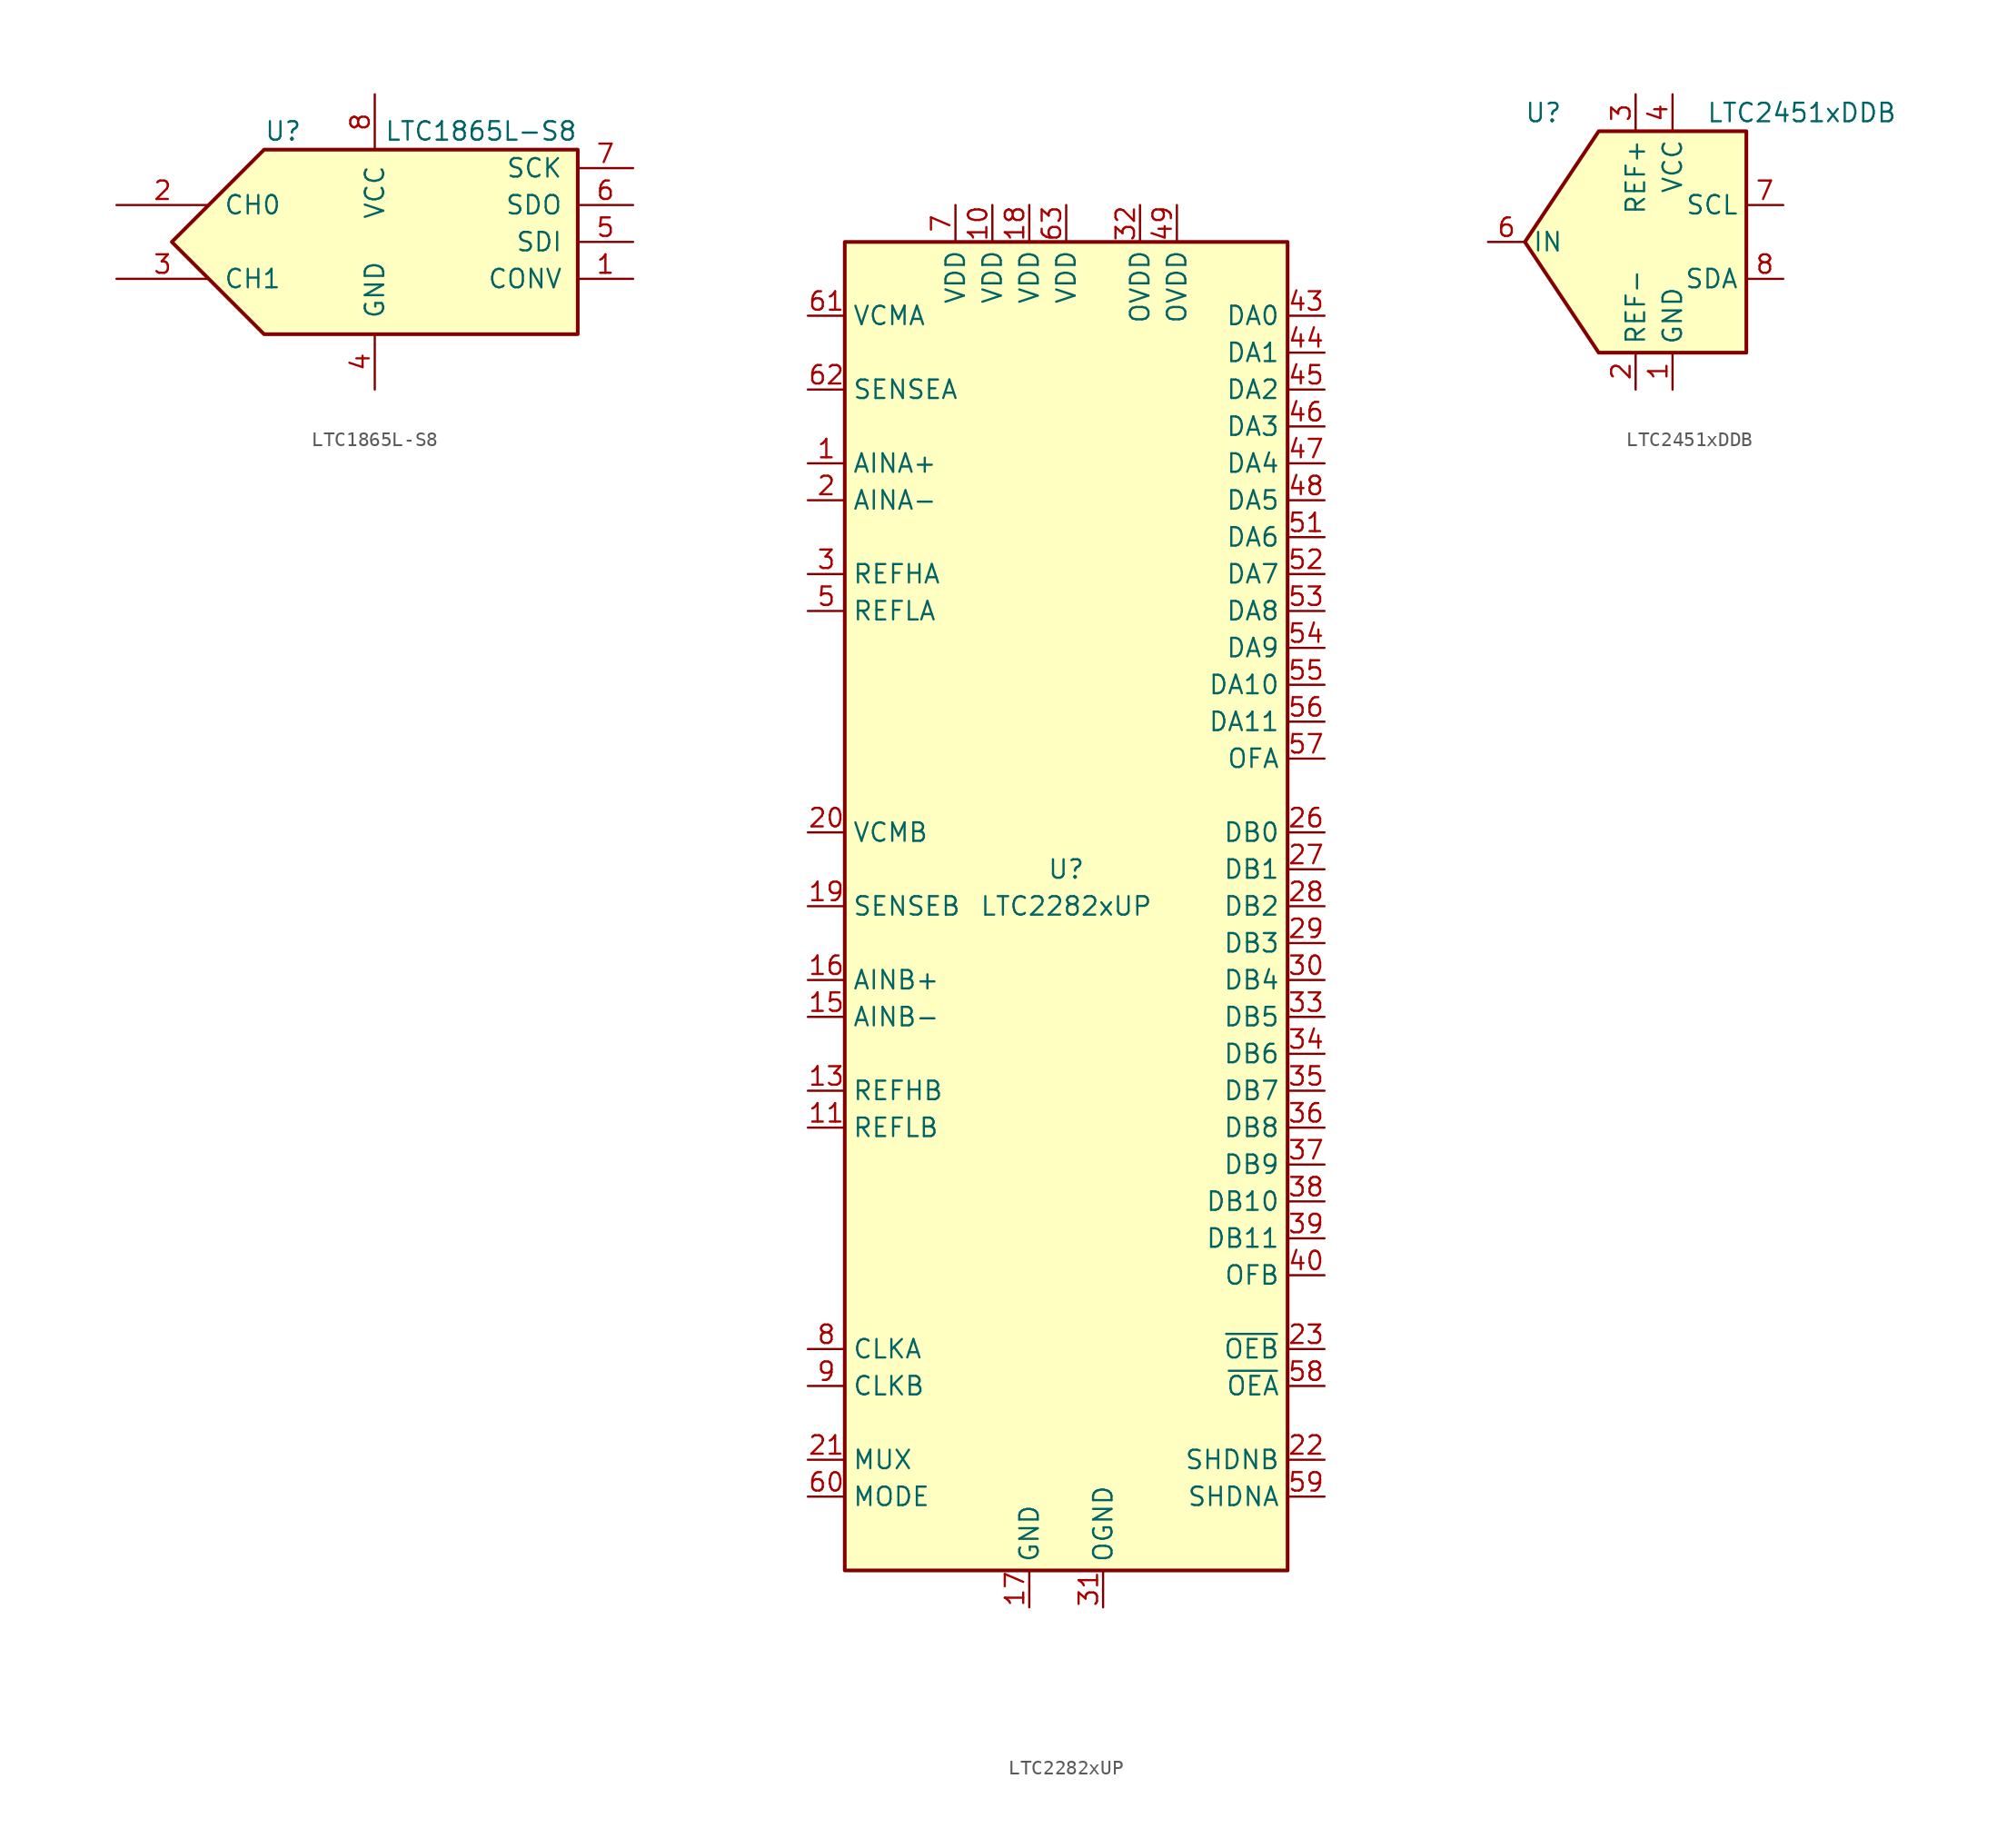
<source format=kicad_sym>
(kicad_symbol_lib
  (version 20211014)
  (generator kicad_symbol_editor)
  (symbol "LTC1865L-S8"
    (pin_names
      (offset 1.016))
    (property "Reference" "U"
      (at -10.16 7.62 0)
      (effects (font (size 1.27 1.27)) (justify left)))
    (property "Value" "LTC1865L-S8"
      (at 11.43 7.62 0)
      (effects (font (size 1.27 1.27)) (justify right)))
    (symbol "LTC1865L-S8_0_1"
      (polyline (pts (xy 11.43 6.35) (xy -10.16 6.35) (xy -16.51 0) (xy -10.16 -6.35) (xy 11.43 -6.35) (xy 11.43 6.35)) (stroke (width 0.254) (type default) (color 0 0 0 0)) (fill (type background))))
    (symbol "LTC1865L-S8_1_1"
      (pin input line (at 15.24 -2.54 180) (length 3.81) (name "CONV" (effects (font (size 1.27 1.27)))) (number "1" (effects (font (size 1.27 1.27)))))
      (pin input line (at -20.32 2.54 0) (length 6.35) (name "CH0" (effects (font (size 1.27 1.27)))) (number "2" (effects (font (size 1.27 1.27)))))
      (pin input line (at -20.32 -2.54 0) (length 6.35) (name "CH1" (effects (font (size 1.27 1.27)))) (number "3" (effects (font (size 1.27 1.27)))))
      (pin power_in line (at -2.54 -10.16 90) (length 3.81) (name "GND" (effects (font (size 1.27 1.27)))) (number "4" (effects (font (size 1.27 1.27)))))
      (pin input line (at 15.24 0 180) (length 3.81) (name "SDI" (effects (font (size 1.27 1.27)))) (number "5" (effects (font (size 1.27 1.27)))))
      (pin output line (at 15.24 2.54 180) (length 3.81) (name "SDO" (effects (font (size 1.27 1.27)))) (number "6" (effects (font (size 1.27 1.27)))))
      (pin input line (at 15.24 5.08 180) (length 3.81) (name "SCK" (effects (font (size 1.27 1.27)))) (number "7" (effects (font (size 1.27 1.27)))))
      (pin power_in line (at -2.54 10.16 270) (length 3.81) (name "VCC" (effects (font (size 1.27 1.27)))) (number "8" (effects (font (size 1.27 1.27)))))))
  (symbol "LTC2282xUP"
    (property "Reference" "U"
      (at 0 2.54 0)
      (effects (font (size 1.27 1.27))))
    (property "Value" "LTC2282xUP"
      (at 0 0 0)
      (effects (font (size 1.27 1.27))))
    (symbol "LTC2282xUP_0_1"
      (rectangle (start -15.24 45.72) (end 15.24 -45.72) (stroke (width 0.254) (type default) (color 0 0 0 0)) (fill (type background))))
    (symbol "LTC2282xUP_1_1"
      (pin input line (at -17.78 30.48 0) (length 2.54) (name "AINA+" (effects (font (size 1.27 1.27)))) (number "1" (effects (font (size 1.27 1.27)))))
      (pin power_in line (at -5.08 48.26 270) (length 2.54) (name "VDD" (effects (font (size 1.27 1.27)))) (number "10" (effects (font (size 1.27 1.27)))))
      (pin input line (at -17.78 -15.24 0) (length 2.54) (name "REFLB" (effects (font (size 1.27 1.27)))) (number "11" (effects (font (size 1.27 1.27)))))
      (pin input line (at -17.78 -15.24 0) (length 2.54) hide (name "REFLB" (effects (font (size 1.27 1.27)))) (number "12" (effects (font (size 1.27 1.27)))))
      (pin input line (at -17.78 -12.7 0) (length 2.54) (name "REFHB" (effects (font (size 1.27 1.27)))) (number "13" (effects (font (size 1.27 1.27)))))
      (pin input line (at -17.78 -12.7 0) (length 2.54) hide (name "REFHB" (effects (font (size 1.27 1.27)))) (number "14" (effects (font (size 1.27 1.27)))))
      (pin input line (at -17.78 -7.62 0) (length 2.54) (name "AINB-" (effects (font (size 1.27 1.27)))) (number "15" (effects (font (size 1.27 1.27)))))
      (pin input line (at -17.78 -5.08 0) (length 2.54) (name "AINB+" (effects (font (size 1.27 1.27)))) (number "16" (effects (font (size 1.27 1.27)))))
      (pin power_in line (at -2.54 -48.26 90) (length 2.54) (name "GND" (effects (font (size 1.27 1.27)))) (number "17" (effects (font (size 1.27 1.27)))))
      (pin power_in line (at -2.54 48.26 270) (length 2.54) (name "VDD" (effects (font (size 1.27 1.27)))) (number "18" (effects (font (size 1.27 1.27)))))
      (pin input line (at -17.78 0 0) (length 2.54) (name "SENSEB" (effects (font (size 1.27 1.27)))) (number "19" (effects (font (size 1.27 1.27)))))
      (pin input line (at -17.78 27.94 0) (length 2.54) (name "AINA-" (effects (font (size 1.27 1.27)))) (number "2" (effects (font (size 1.27 1.27)))))
      (pin passive line (at -17.78 5.08 0) (length 2.54) (name "VCMB" (effects (font (size 1.27 1.27)))) (number "20" (effects (font (size 1.27 1.27)))))
      (pin input line (at -17.78 -38.1 0) (length 2.54) (name "MUX" (effects (font (size 1.27 1.27)))) (number "21" (effects (font (size 1.27 1.27)))))
      (pin input line (at 17.78 -38.1 180) (length 2.54) (name "SHDNB" (effects (font (size 1.27 1.27)))) (number "22" (effects (font (size 1.27 1.27)))))
      (pin input line (at 17.78 -30.48 180) (length 2.54) (name "~{OEB}" (effects (font (size 1.27 1.27)))) (number "23" (effects (font (size 1.27 1.27)))))
      (pin no_connect line (at -15.24 -20.32 0) (length 2.54) hide (name "NC" (effects (font (size 1.27 1.27)))) (number "24" (effects (font (size 1.27 1.27)))))
      (pin no_connect line (at -15.24 -22.86 0) (length 2.54) hide (name "NC" (effects (font (size 1.27 1.27)))) (number "25" (effects (font (size 1.27 1.27)))))
      (pin output line (at 17.78 5.08 180) (length 2.54) (name "DB0" (effects (font (size 1.27 1.27)))) (number "26" (effects (font (size 1.27 1.27)))))
      (pin output line (at 17.78 2.54 180) (length 2.54) (name "DB1" (effects (font (size 1.27 1.27)))) (number "27" (effects (font (size 1.27 1.27)))))
      (pin output line (at 17.78 0 180) (length 2.54) (name "DB2" (effects (font (size 1.27 1.27)))) (number "28" (effects (font (size 1.27 1.27)))))
      (pin output line (at 17.78 -2.54 180) (length 2.54) (name "DB3" (effects (font (size 1.27 1.27)))) (number "29" (effects (font (size 1.27 1.27)))))
      (pin input line (at -17.78 22.86 0) (length 2.54) (name "REFHA" (effects (font (size 1.27 1.27)))) (number "3" (effects (font (size 1.27 1.27)))))
      (pin output line (at 17.78 -5.08 180) (length 2.54) (name "DB4" (effects (font (size 1.27 1.27)))) (number "30" (effects (font (size 1.27 1.27)))))
      (pin power_in line (at 2.54 -48.26 90) (length 2.54) (name "OGND" (effects (font (size 1.27 1.27)))) (number "31" (effects (font (size 1.27 1.27)))))
      (pin power_in line (at 5.08 48.26 270) (length 2.54) (name "OVDD" (effects (font (size 1.27 1.27)))) (number "32" (effects (font (size 1.27 1.27)))))
      (pin output line (at 17.78 -7.62 180) (length 2.54) (name "DB5" (effects (font (size 1.27 1.27)))) (number "33" (effects (font (size 1.27 1.27)))))
      (pin output line (at 17.78 -10.16 180) (length 2.54) (name "DB6" (effects (font (size 1.27 1.27)))) (number "34" (effects (font (size 1.27 1.27)))))
      (pin output line (at 17.78 -12.7 180) (length 2.54) (name "DB7" (effects (font (size 1.27 1.27)))) (number "35" (effects (font (size 1.27 1.27)))))
      (pin output line (at 17.78 -15.24 180) (length 2.54) (name "DB8" (effects (font (size 1.27 1.27)))) (number "36" (effects (font (size 1.27 1.27)))))
      (pin output line (at 17.78 -17.78 180) (length 2.54) (name "DB9" (effects (font (size 1.27 1.27)))) (number "37" (effects (font (size 1.27 1.27)))))
      (pin output line (at 17.78 -20.32 180) (length 2.54) (name "DB10" (effects (font (size 1.27 1.27)))) (number "38" (effects (font (size 1.27 1.27)))))
      (pin output line (at 17.78 -22.86 180) (length 2.54) (name "DB11" (effects (font (size 1.27 1.27)))) (number "39" (effects (font (size 1.27 1.27)))))
      (pin input line (at -17.78 22.86 0) (length 2.54) hide (name "REFHA" (effects (font (size 1.27 1.27)))) (number "4" (effects (font (size 1.27 1.27)))))
      (pin output line (at 17.78 -25.4 180) (length 2.54) (name "OFB" (effects (font (size 1.27 1.27)))) (number "40" (effects (font (size 1.27 1.27)))))
      (pin no_connect line (at -15.24 -25.4 0) (length 2.54) hide (name "NC" (effects (font (size 1.27 1.27)))) (number "41" (effects (font (size 1.27 1.27)))))
      (pin no_connect line (at -15.24 -27.94 0) (length 2.54) hide (name "NC" (effects (font (size 1.27 1.27)))) (number "42" (effects (font (size 1.27 1.27)))))
      (pin output line (at 17.78 40.64 180) (length 2.54) (name "DA0" (effects (font (size 1.27 1.27)))) (number "43" (effects (font (size 1.27 1.27)))))
      (pin output line (at 17.78 38.1 180) (length 2.54) (name "DA1" (effects (font (size 1.27 1.27)))) (number "44" (effects (font (size 1.27 1.27)))))
      (pin output line (at 17.78 35.56 180) (length 2.54) (name "DA2" (effects (font (size 1.27 1.27)))) (number "45" (effects (font (size 1.27 1.27)))))
      (pin output line (at 17.78 33.02 180) (length 2.54) (name "DA3" (effects (font (size 1.27 1.27)))) (number "46" (effects (font (size 1.27 1.27)))))
      (pin output line (at 17.78 30.48 180) (length 2.54) (name "DA4" (effects (font (size 1.27 1.27)))) (number "47" (effects (font (size 1.27 1.27)))))
      (pin output line (at 17.78 27.94 180) (length 2.54) (name "DA5" (effects (font (size 1.27 1.27)))) (number "48" (effects (font (size 1.27 1.27)))))
      (pin power_in line (at 7.62 48.26 270) (length 2.54) (name "OVDD" (effects (font (size 1.27 1.27)))) (number "49" (effects (font (size 1.27 1.27)))))
      (pin input line (at -17.78 20.32 0) (length 2.54) (name "REFLA" (effects (font (size 1.27 1.27)))) (number "5" (effects (font (size 1.27 1.27)))))
      (pin passive line (at 2.54 -48.26 90) (length 2.54) hide (name "OGND" (effects (font (size 1.27 1.27)))) (number "50" (effects (font (size 1.27 1.27)))))
      (pin output line (at 17.78 25.4 180) (length 2.54) (name "DA6" (effects (font (size 1.27 1.27)))) (number "51" (effects (font (size 1.27 1.27)))))
      (pin output line (at 17.78 22.86 180) (length 2.54) (name "DA7" (effects (font (size 1.27 1.27)))) (number "52" (effects (font (size 1.27 1.27)))))
      (pin output line (at 17.78 20.32 180) (length 2.54) (name "DA8" (effects (font (size 1.27 1.27)))) (number "53" (effects (font (size 1.27 1.27)))))
      (pin output line (at 17.78 17.78 180) (length 2.54) (name "DA9" (effects (font (size 1.27 1.27)))) (number "54" (effects (font (size 1.27 1.27)))))
      (pin output line (at 17.78 15.24 180) (length 2.54) (name "DA10" (effects (font (size 1.27 1.27)))) (number "55" (effects (font (size 1.27 1.27)))))
      (pin output line (at 17.78 12.7 180) (length 2.54) (name "DA11" (effects (font (size 1.27 1.27)))) (number "56" (effects (font (size 1.27 1.27)))))
      (pin output line (at 17.78 10.16 180) (length 2.54) (name "OFA" (effects (font (size 1.27 1.27)))) (number "57" (effects (font (size 1.27 1.27)))))
      (pin input line (at 17.78 -33.02 180) (length 2.54) (name "~{OEA}" (effects (font (size 1.27 1.27)))) (number "58" (effects (font (size 1.27 1.27)))))
      (pin input line (at 17.78 -40.64 180) (length 2.54) (name "SHDNA" (effects (font (size 1.27 1.27)))) (number "59" (effects (font (size 1.27 1.27)))))
      (pin input line (at -17.78 20.32 0) (length 2.54) hide (name "REFLA" (effects (font (size 1.27 1.27)))) (number "6" (effects (font (size 1.27 1.27)))))
      (pin input line (at -17.78 -40.64 0) (length 2.54) (name "MODE" (effects (font (size 1.27 1.27)))) (number "60" (effects (font (size 1.27 1.27)))))
      (pin passive line (at -17.78 40.64 0) (length 2.54) (name "VCMA" (effects (font (size 1.27 1.27)))) (number "61" (effects (font (size 1.27 1.27)))))
      (pin input line (at -17.78 35.56 0) (length 2.54) (name "SENSEA" (effects (font (size 1.27 1.27)))) (number "62" (effects (font (size 1.27 1.27)))))
      (pin power_in line (at 0 48.26 270) (length 2.54) (name "VDD" (effects (font (size 1.27 1.27)))) (number "63" (effects (font (size 1.27 1.27)))))
      (pin passive line (at -2.54 -48.26 90) (length 2.54) hide (name "GND" (effects (font (size 1.27 1.27)))) (number "64" (effects (font (size 1.27 1.27)))))
      (pin passive line (at -2.54 -48.26 90) (length 2.54) hide (name "GND" (effects (font (size 1.27 1.27)))) (number "65" (effects (font (size 1.27 1.27)))))
      (pin power_in line (at -7.62 48.26 270) (length 2.54) (name "VDD" (effects (font (size 1.27 1.27)))) (number "7" (effects (font (size 1.27 1.27)))))
      (pin input line (at -17.78 -30.48 0) (length 2.54) (name "CLKA" (effects (font (size 1.27 1.27)))) (number "8" (effects (font (size 1.27 1.27)))))
      (pin input line (at -17.78 -33.02 0) (length 2.54) (name "CLKB" (effects (font (size 1.27 1.27)))) (number "9" (effects (font (size 1.27 1.27)))))))
  (symbol "LTC2451xDDB"
    (property "Reference" "U"
      (at -6.35 8.89 0)
      (effects (font (size 1.27 1.27))))
    (property "Value" "LTC2451xDDB"
      (at 11.43 8.89 0)
      (effects (font (size 1.27 1.27))))
    (symbol "LTC2451xDDB_1_1"
      (polyline (pts (xy -2.54 7.62) (xy 3.81 7.62) (xy 7.62 7.62) (xy 7.62 -7.62) (xy -2.54 -7.62) (xy -7.62 0) (xy -2.54 7.62)) (stroke (width 0.254) (type default) (color 0 0 0 0)) (fill (type background)))
      (pin power_in line (at 2.54 -10.16 90) (length 2.54) (name "GND" (effects (font (size 1.27 1.27)))) (number "1" (effects (font (size 1.27 1.27)))))
      (pin power_in line (at 0 -10.16 90) (length 2.54) (name "REF-" (effects (font (size 1.27 1.27)))) (number "2" (effects (font (size 1.27 1.27)))))
      (pin power_in line (at 0 10.16 270) (length 2.54) (name "REF+" (effects (font (size 1.27 1.27)))) (number "3" (effects (font (size 1.27 1.27)))))
      (pin power_in line (at 2.54 10.16 270) (length 2.54) (name "VCC" (effects (font (size 1.27 1.27)))) (number "4" (effects (font (size 1.27 1.27)))))
      (pin passive line (at 2.54 -10.16 90) (length 2.54) hide (name "GND" (effects (font (size 1.27 1.27)))) (number "5" (effects (font (size 1.27 1.27)))))
      (pin input line (at -10.16 0 0) (length 2.54) (name "IN" (effects (font (size 1.27 1.27)))) (number "6" (effects (font (size 1.27 1.27)))))
      (pin input line (at 10.16 2.54 180) (length 2.54) (name "SCL" (effects (font (size 1.27 1.27)))) (number "7" (effects (font (size 1.27 1.27)))))
      (pin bidirectional line (at 10.16 -2.54 180) (length 2.54) (name "SDA" (effects (font (size 1.27 1.27)))) (number "8" (effects (font (size 1.27 1.27)))))
      (pin passive line (at 2.54 -10.16 90) (length 2.54) hide (name "GND" (effects (font (size 1.27 1.27)))) (number "9" (effects (font (size 1.27 1.27))))))))
</source>
